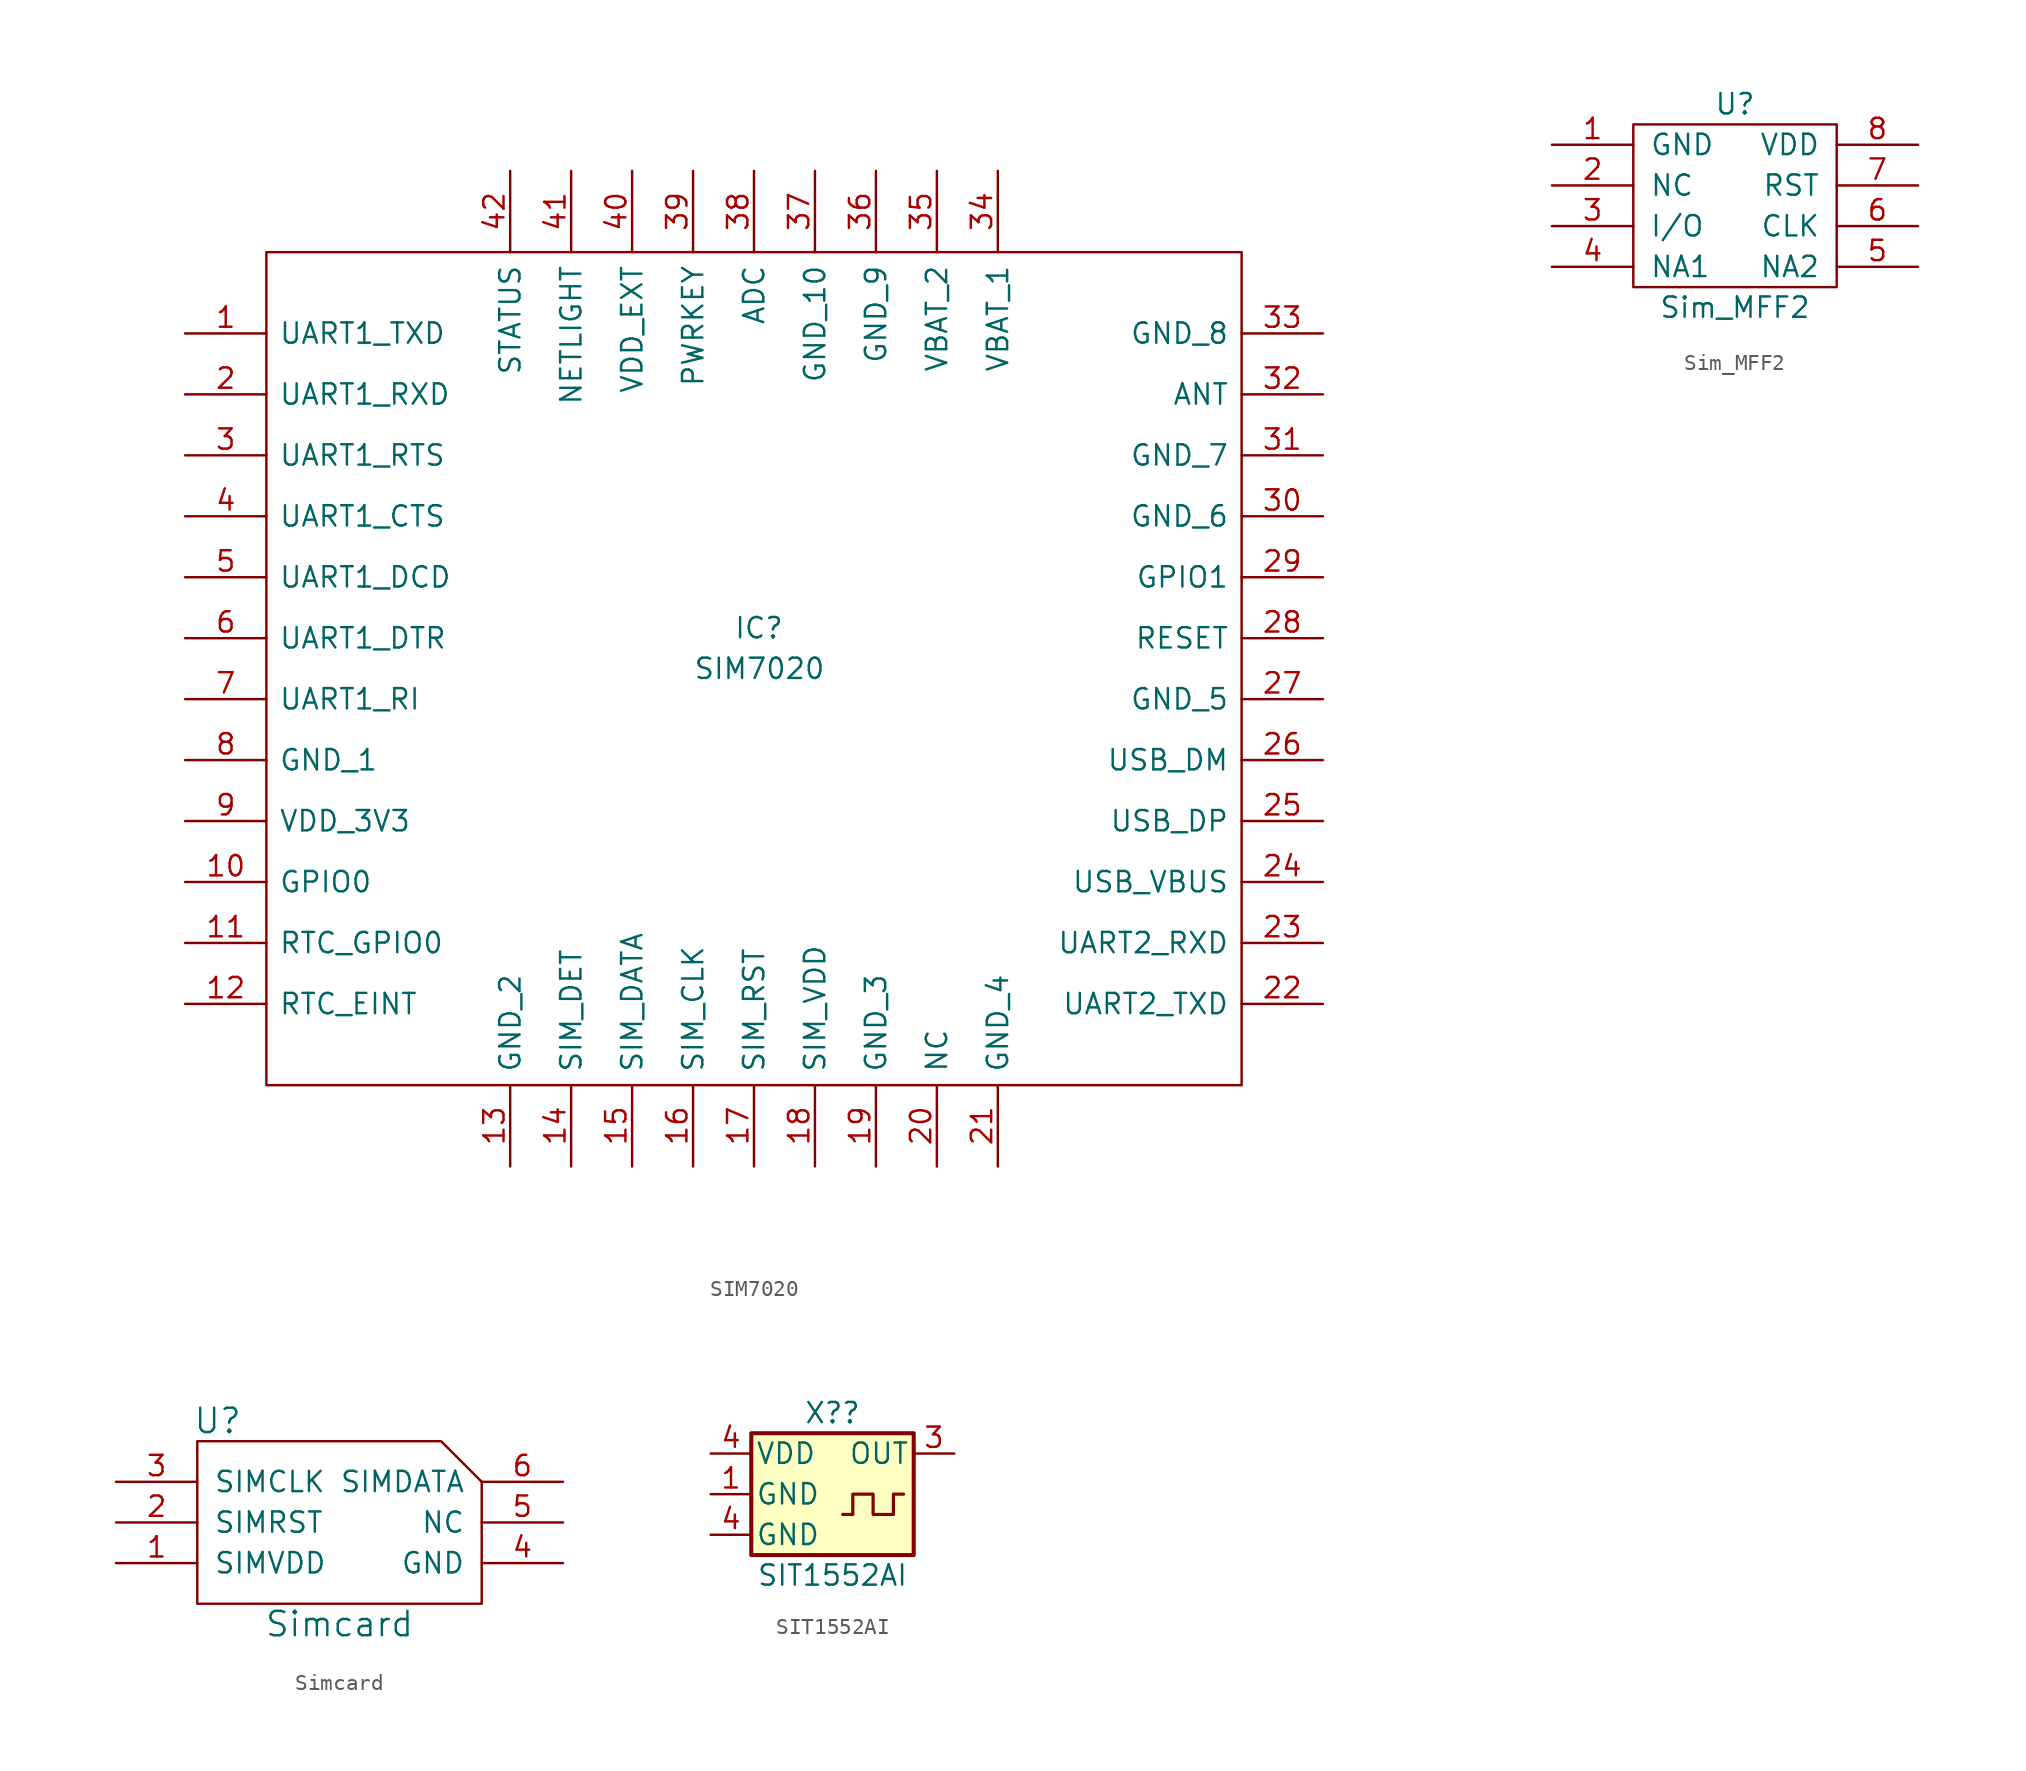
<source format=kicad_sym>
(kicad_symbol_lib
  (version 20211014)
  (generator kicad_symbol_editor)
  (symbol "SIM7020"
    (pin_names
      (offset 0.762))
    (property "Reference" "IC"
      (at -1.27 2.54 0)
      (effects (font (size 1.27 1.27)) (justify left)))
    (property "Value" "SIM7020"
      (at -3.81 0 0)
      (effects (font (size 1.27 1.27)) (justify left)))
    (symbol "SIM7020_0_0"
      (pin passive line (at -35.56 20.955 0) (length 5.08) (name "UART1_TXD" (effects (font (size 1.27 1.27)))) (number "1" (effects (font (size 1.27 1.27)))))
      (pin passive line (at -35.56 -13.335 0) (length 5.08) (name "GPIO0" (effects (font (size 1.27 1.27)))) (number "10" (effects (font (size 1.27 1.27)))))
      (pin passive line (at -35.56 -17.145 0) (length 5.08) (name "RTC_GPIO0" (effects (font (size 1.27 1.27)))) (number "11" (effects (font (size 1.27 1.27)))))
      (pin passive line (at -35.56 -20.955 0) (length 5.08) (name "RTC_EINT" (effects (font (size 1.27 1.27)))) (number "12" (effects (font (size 1.27 1.27)))))
      (pin passive line (at -15.24 -31.115 90) (length 5.08) (name "GND_2" (effects (font (size 1.27 1.27)))) (number "13" (effects (font (size 1.27 1.27)))))
      (pin passive line (at -11.43 -31.115 90) (length 5.08) (name "SIM_DET" (effects (font (size 1.27 1.27)))) (number "14" (effects (font (size 1.27 1.27)))))
      (pin passive line (at -7.62 -31.115 90) (length 5.08) (name "SIM_DATA" (effects (font (size 1.27 1.27)))) (number "15" (effects (font (size 1.27 1.27)))))
      (pin passive line (at -3.81 -31.115 90) (length 5.08) (name "SIM_CLK" (effects (font (size 1.27 1.27)))) (number "16" (effects (font (size 1.27 1.27)))))
      (pin passive line (at 0 -31.115 90) (length 5.08) (name "SIM_RST" (effects (font (size 1.27 1.27)))) (number "17" (effects (font (size 1.27 1.27)))))
      (pin passive line (at 3.81 -31.115 90) (length 5.08) (name "SIM_VDD" (effects (font (size 1.27 1.27)))) (number "18" (effects (font (size 1.27 1.27)))))
      (pin passive line (at 7.62 -31.115 90) (length 5.08) (name "GND_3" (effects (font (size 1.27 1.27)))) (number "19" (effects (font (size 1.27 1.27)))))
      (pin passive line (at -35.56 17.145 0) (length 5.08) (name "UART1_RXD" (effects (font (size 1.27 1.27)))) (number "2" (effects (font (size 1.27 1.27)))))
      (pin passive line (at 11.43 -31.115 90) (length 5.08) (name "NC" (effects (font (size 1.27 1.27)))) (number "20" (effects (font (size 1.27 1.27)))))
      (pin passive line (at 15.24 -31.115 90) (length 5.08) (name "GND_4" (effects (font (size 1.27 1.27)))) (number "21" (effects (font (size 1.27 1.27)))))
      (pin passive line (at 35.56 -20.955 180) (length 5.08) (name "UART2_TXD" (effects (font (size 1.27 1.27)))) (number "22" (effects (font (size 1.27 1.27)))))
      (pin passive line (at 35.56 -17.145 180) (length 5.08) (name "UART2_RXD" (effects (font (size 1.27 1.27)))) (number "23" (effects (font (size 1.27 1.27)))))
      (pin passive line (at 35.56 -13.335 180) (length 5.08) (name "USB_VBUS" (effects (font (size 1.27 1.27)))) (number "24" (effects (font (size 1.27 1.27)))))
      (pin passive line (at 35.56 -9.525 180) (length 5.08) (name "USB_DP" (effects (font (size 1.27 1.27)))) (number "25" (effects (font (size 1.27 1.27)))))
      (pin passive line (at 35.56 -5.715 180) (length 5.08) (name "USB_DM" (effects (font (size 1.27 1.27)))) (number "26" (effects (font (size 1.27 1.27)))))
      (pin passive line (at 35.56 -1.905 180) (length 5.08) (name "GND_5" (effects (font (size 1.27 1.27)))) (number "27" (effects (font (size 1.27 1.27)))))
      (pin passive line (at 35.56 1.905 180) (length 5.08) (name "RESET" (effects (font (size 1.27 1.27)))) (number "28" (effects (font (size 1.27 1.27)))))
      (pin passive line (at 35.56 5.715 180) (length 5.08) (name "GPIO1" (effects (font (size 1.27 1.27)))) (number "29" (effects (font (size 1.27 1.27)))))
      (pin passive line (at -35.56 13.335 0) (length 5.08) (name "UART1_RTS" (effects (font (size 1.27 1.27)))) (number "3" (effects (font (size 1.27 1.27)))))
      (pin passive line (at 35.56 9.525 180) (length 5.08) (name "GND_6" (effects (font (size 1.27 1.27)))) (number "30" (effects (font (size 1.27 1.27)))))
      (pin passive line (at 35.56 13.335 180) (length 5.08) (name "GND_7" (effects (font (size 1.27 1.27)))) (number "31" (effects (font (size 1.27 1.27)))))
      (pin passive line (at 35.56 17.145 180) (length 5.08) (name "ANT" (effects (font (size 1.27 1.27)))) (number "32" (effects (font (size 1.27 1.27)))))
      (pin passive line (at 35.56 20.955 180) (length 5.08) (name "GND_8" (effects (font (size 1.27 1.27)))) (number "33" (effects (font (size 1.27 1.27)))))
      (pin passive line (at 15.24 31.115 270) (length 5.08) (name "VBAT_1" (effects (font (size 1.27 1.27)))) (number "34" (effects (font (size 1.27 1.27)))))
      (pin passive line (at 11.43 31.115 270) (length 5.08) (name "VBAT_2" (effects (font (size 1.27 1.27)))) (number "35" (effects (font (size 1.27 1.27)))))
      (pin passive line (at 7.62 31.115 270) (length 5.08) (name "GND_9" (effects (font (size 1.27 1.27)))) (number "36" (effects (font (size 1.27 1.27)))))
      (pin passive line (at 3.81 31.115 270) (length 5.08) (name "GND_10" (effects (font (size 1.27 1.27)))) (number "37" (effects (font (size 1.27 1.27)))))
      (pin passive line (at 0 31.115 270) (length 5.08) (name "ADC" (effects (font (size 1.27 1.27)))) (number "38" (effects (font (size 1.27 1.27)))))
      (pin passive line (at -3.81 31.115 270) (length 5.08) (name "PWRKEY" (effects (font (size 1.27 1.27)))) (number "39" (effects (font (size 1.27 1.27)))))
      (pin passive line (at -35.56 9.525 0) (length 5.08) (name "UART1_CTS" (effects (font (size 1.27 1.27)))) (number "4" (effects (font (size 1.27 1.27)))))
      (pin passive line (at -7.62 31.115 270) (length 5.08) (name "VDD_EXT" (effects (font (size 1.27 1.27)))) (number "40" (effects (font (size 1.27 1.27)))))
      (pin passive line (at -11.43 31.115 270) (length 5.08) (name "NETLIGHT" (effects (font (size 1.27 1.27)))) (number "41" (effects (font (size 1.27 1.27)))))
      (pin passive line (at -15.24 31.115 270) (length 5.08) (name "STATUS" (effects (font (size 1.27 1.27)))) (number "42" (effects (font (size 1.27 1.27)))))
      (pin passive line (at -35.56 5.715 0) (length 5.08) (name "UART1_DCD" (effects (font (size 1.27 1.27)))) (number "5" (effects (font (size 1.27 1.27)))))
      (pin passive line (at -35.56 1.905 0) (length 5.08) (name "UART1_DTR" (effects (font (size 1.27 1.27)))) (number "6" (effects (font (size 1.27 1.27)))))
      (pin passive line (at -35.56 -1.905 0) (length 5.08) (name "UART1_RI" (effects (font (size 1.27 1.27)))) (number "7" (effects (font (size 1.27 1.27)))))
      (pin passive line (at -35.56 -5.715 0) (length 5.08) (name "GND_1" (effects (font (size 1.27 1.27)))) (number "8" (effects (font (size 1.27 1.27)))))
      (pin passive line (at -35.56 -9.525 0) (length 5.08) (name "VDD_3V3" (effects (font (size 1.27 1.27)))) (number "9" (effects (font (size 1.27 1.27))))))
    (symbol "SIM7020_0_1"
      (rectangle (start -30.48 26.035) (end 30.48 -26.035) (stroke (width 0) (type default) (color 0 0 0 0)) (fill (type none)))))
  (symbol "Sim_MFF2"
    (pin_names
      (offset 1.016))
    (property "Reference" "U"
      (at 0 6.35 0)
      (effects (font (size 1.27 1.27))))
    (property "Value" "Sim_MFF2"
      (at 0 -6.35 0)
      (effects (font (size 1.27 1.27))))
    (symbol "Sim_MFF2_0_0"
      (pin passive line (at -11.43 3.81 0) (length 5.08) (name "GND" (effects (font (size 1.27 1.27)))) (number "1" (effects (font (size 1.27 1.27)))))
      (pin passive line (at -11.43 1.27 0) (length 5.08) (name "NC" (effects (font (size 1.27 1.27)))) (number "2" (effects (font (size 1.27 1.27)))))
      (pin passive line (at -11.43 -1.27 0) (length 5.08) (name "I/O" (effects (font (size 1.27 1.27)))) (number "3" (effects (font (size 1.27 1.27)))))
      (pin passive line (at -11.43 -3.81 0) (length 5.08) (name "NA1" (effects (font (size 1.27 1.27)))) (number "4" (effects (font (size 1.27 1.27)))))
      (pin passive line (at 11.43 -3.81 180) (length 5.08) (name "NA2" (effects (font (size 1.27 1.27)))) (number "5" (effects (font (size 1.27 1.27)))))
      (pin passive line (at 11.43 -1.27 180) (length 5.08) (name "CLK" (effects (font (size 1.27 1.27)))) (number "6" (effects (font (size 1.27 1.27)))))
      (pin passive line (at 11.43 1.27 180) (length 5.08) (name "RST" (effects (font (size 1.27 1.27)))) (number "7" (effects (font (size 1.27 1.27)))))
      (pin passive line (at 11.43 3.81 180) (length 5.08) (name "VDD" (effects (font (size 1.27 1.27)))) (number "8" (effects (font (size 1.27 1.27))))))
    (symbol "Sim_MFF2_0_1"
      (rectangle (start 6.35 -5.08) (end -6.35 5.08) (stroke (width 0) (type default) (color 0 0 0 0)) (fill (type none)))))
  (symbol "Simcard"
    (pin_names
      (offset 1.016))
    (property "Reference" "U"
      (at -7.62 11.43 0)
      (effects (font (size 1.524 1.524))))
    (property "Value" "Simcard"
      (at 0 -1.27 0)
      (effects (font (size 1.524 1.524))))
    (symbol "Simcard_0_1"
      (polyline (pts (xy -8.89 10.16) (xy -8.89 0) (xy 8.89 0) (xy 8.89 7.62) (xy 6.35 10.16) (xy -8.89 10.16)) (stroke (width 0) (type default) (color 0 0 0 0)) (fill (type none))))
    (symbol "Simcard_1_1"
      (pin input line (at -13.97 2.54 0) (length 5.08) (name "SIMVDD" (effects (font (size 1.27 1.27)))) (number "1" (effects (font (size 1.27 1.27)))))
      (pin input line (at -13.97 5.08 0) (length 5.08) (name "SIMRST" (effects (font (size 1.27 1.27)))) (number "2" (effects (font (size 1.27 1.27)))))
      (pin input line (at -13.97 7.62 0) (length 5.08) (name "SIMCLK" (effects (font (size 1.27 1.27)))) (number "3" (effects (font (size 1.27 1.27)))))
      (pin input line (at 13.97 2.54 180) (length 5.08) (name "GND" (effects (font (size 1.27 1.27)))) (number "4" (effects (font (size 1.27 1.27)))))
      (pin input line (at 13.97 5.08 180) (length 5.08) (name "NC" (effects (font (size 1.27 1.27)))) (number "5" (effects (font (size 1.27 1.27)))))
      (pin input line (at 13.97 7.62 180) (length 5.08) (name "SIMDATA" (effects (font (size 1.27 1.27)))) (number "6" (effects (font (size 1.27 1.27)))))))
  (symbol "SIT1552AI"
    (pin_names
      (offset 0.254))
    (property "Reference" "X?"
      (at 0 6.35 0)
      (effects (font (size 1.27 1.27))))
    (property "Value" "SIT1552AI"
      (at 0 -3.81 0)
      (effects (font (size 1.27 1.27))))
    (symbol "SIT1552AI_0_1"
      (rectangle (start -5.08 5.08) (end 5.08 -2.54) (stroke (width 0.254) (type default) (color 0 0 0 0)) (fill (type background)))
      (polyline (pts (xy 0.635 0) (xy 1.27 0) (xy 1.27 1.27) (xy 2.54 1.27) (xy 2.54 0) (xy 3.81 0) (xy 3.81 1.27) (xy 4.445 1.27)) (stroke (width 0.2) (type default) (color 0 0 0 0)) (fill (type none))))
    (symbol "SIT1552AI_1_1"
      (pin power_in line (at -7.62 1.27 0) (length 2.54) (name "GND" (effects (font (size 1.27 1.27)))) (number "1" (effects (font (size 1.27 1.27)))))
      (pin output line (at 7.62 3.81 180) (length 2.54) (name "OUT" (effects (font (size 1.27 1.27)))) (number "3" (effects (font (size 1.27 1.27)))))
      (pin input line (at -7.62 -1.27 0) (length 2.54) (name "GND" (effects (font (size 1.27 1.27)))) (number "4" (effects (font (size 1.27 1.27)))))
      (pin power_in line (at -7.62 3.81 0) (length 2.54) (name "VDD" (effects (font (size 1.27 1.27)))) (number "4" (effects (font (size 1.27 1.27))))))))
</source>
